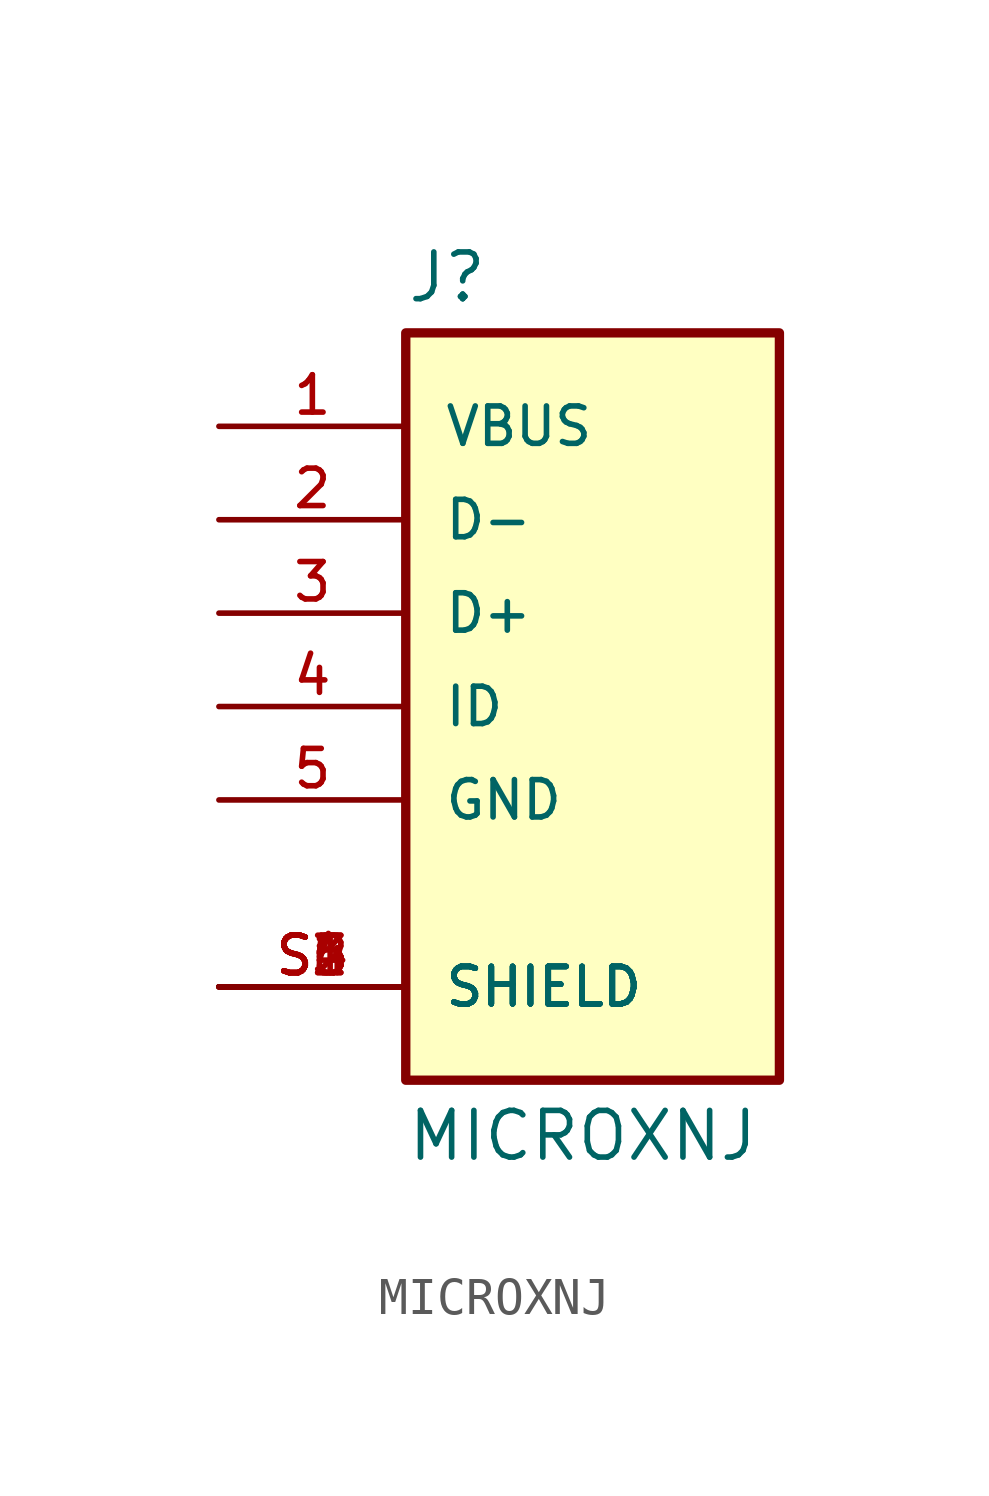
<source format=kicad_sym>
(kicad_symbol_lib
  (version 20211014)
  (generator kicad_symbol_editor)
  (symbol "MICROXNJ"
    (pin_names
      (offset 1.016))
    (property "Reference" "J"
      (at -5.083 10.928 0)
      (effects (font (size 1.27 1.27)) (justify bottom left)))
    (property "Value" "MICROXNJ"
      (at -5.082 -10.928 0)
      (effects (font (size 1.27 1.27)) (justify top left)))
    (symbol "MICROXNJ_0_0"
      (rectangle (start -5.08 -10.16) (end 5.08 10.16) (stroke (width 0.254)) (fill (type background)))
      (pin power_in line (at -10.16 7.62 0) (length 5.08) (name "VBUS" (effects (font (size 1.016 1.016)))) (number "1" (effects (font (size 1.016 1.016)))))
      (pin bidirectional line (at -10.16 5.08 0) (length 5.08) (name "D-" (effects (font (size 1.016 1.016)))) (number "2" (effects (font (size 1.016 1.016)))))
      (pin bidirectional line (at -10.16 2.54 0) (length 5.08) (name "D+" (effects (font (size 1.016 1.016)))) (number "3" (effects (font (size 1.016 1.016)))))
      (pin power_in line (at -10.16 -2.54 0) (length 5.08) (name "GND" (effects (font (size 1.016 1.016)))) (number "5" (effects (font (size 1.016 1.016)))))
      (pin passive line (at -10.16 -7.62 0) (length 5.08) (name "SHIELD" (effects (font (size 1.016 1.016)))) (number "S1" (effects (font (size 1.016 1.016)))))
      (pin passive line (at -10.16 -7.62 0) (length 5.08) (name "SHIELD" (effects (font (size 1.016 1.016)))) (number "S2" (effects (font (size 1.016 1.016)))))
      (pin passive line (at -10.16 -7.62 0) (length 5.08) (name "SHIELD" (effects (font (size 1.016 1.016)))) (number "S3" (effects (font (size 1.016 1.016)))))
      (pin passive line (at -10.16 -7.62 0) (length 5.08) (name "SHIELD" (effects (font (size 1.016 1.016)))) (number "S4" (effects (font (size 1.016 1.016)))))
      (pin passive line (at -10.16 -7.62 0) (length 5.08) (name "SHIELD" (effects (font (size 1.016 1.016)))) (number "S5" (effects (font (size 1.016 1.016)))))
      (pin passive line (at -10.16 -7.62 0) (length 5.08) (name "SHIELD" (effects (font (size 1.016 1.016)))) (number "S6" (effects (font (size 1.016 1.016)))))
      (pin bidirectional line (at -10.16 0.0 0) (length 5.08) (name "ID" (effects (font (size 1.016 1.016)))) (number "4" (effects (font (size 1.016 1.016))))))))
</source>
